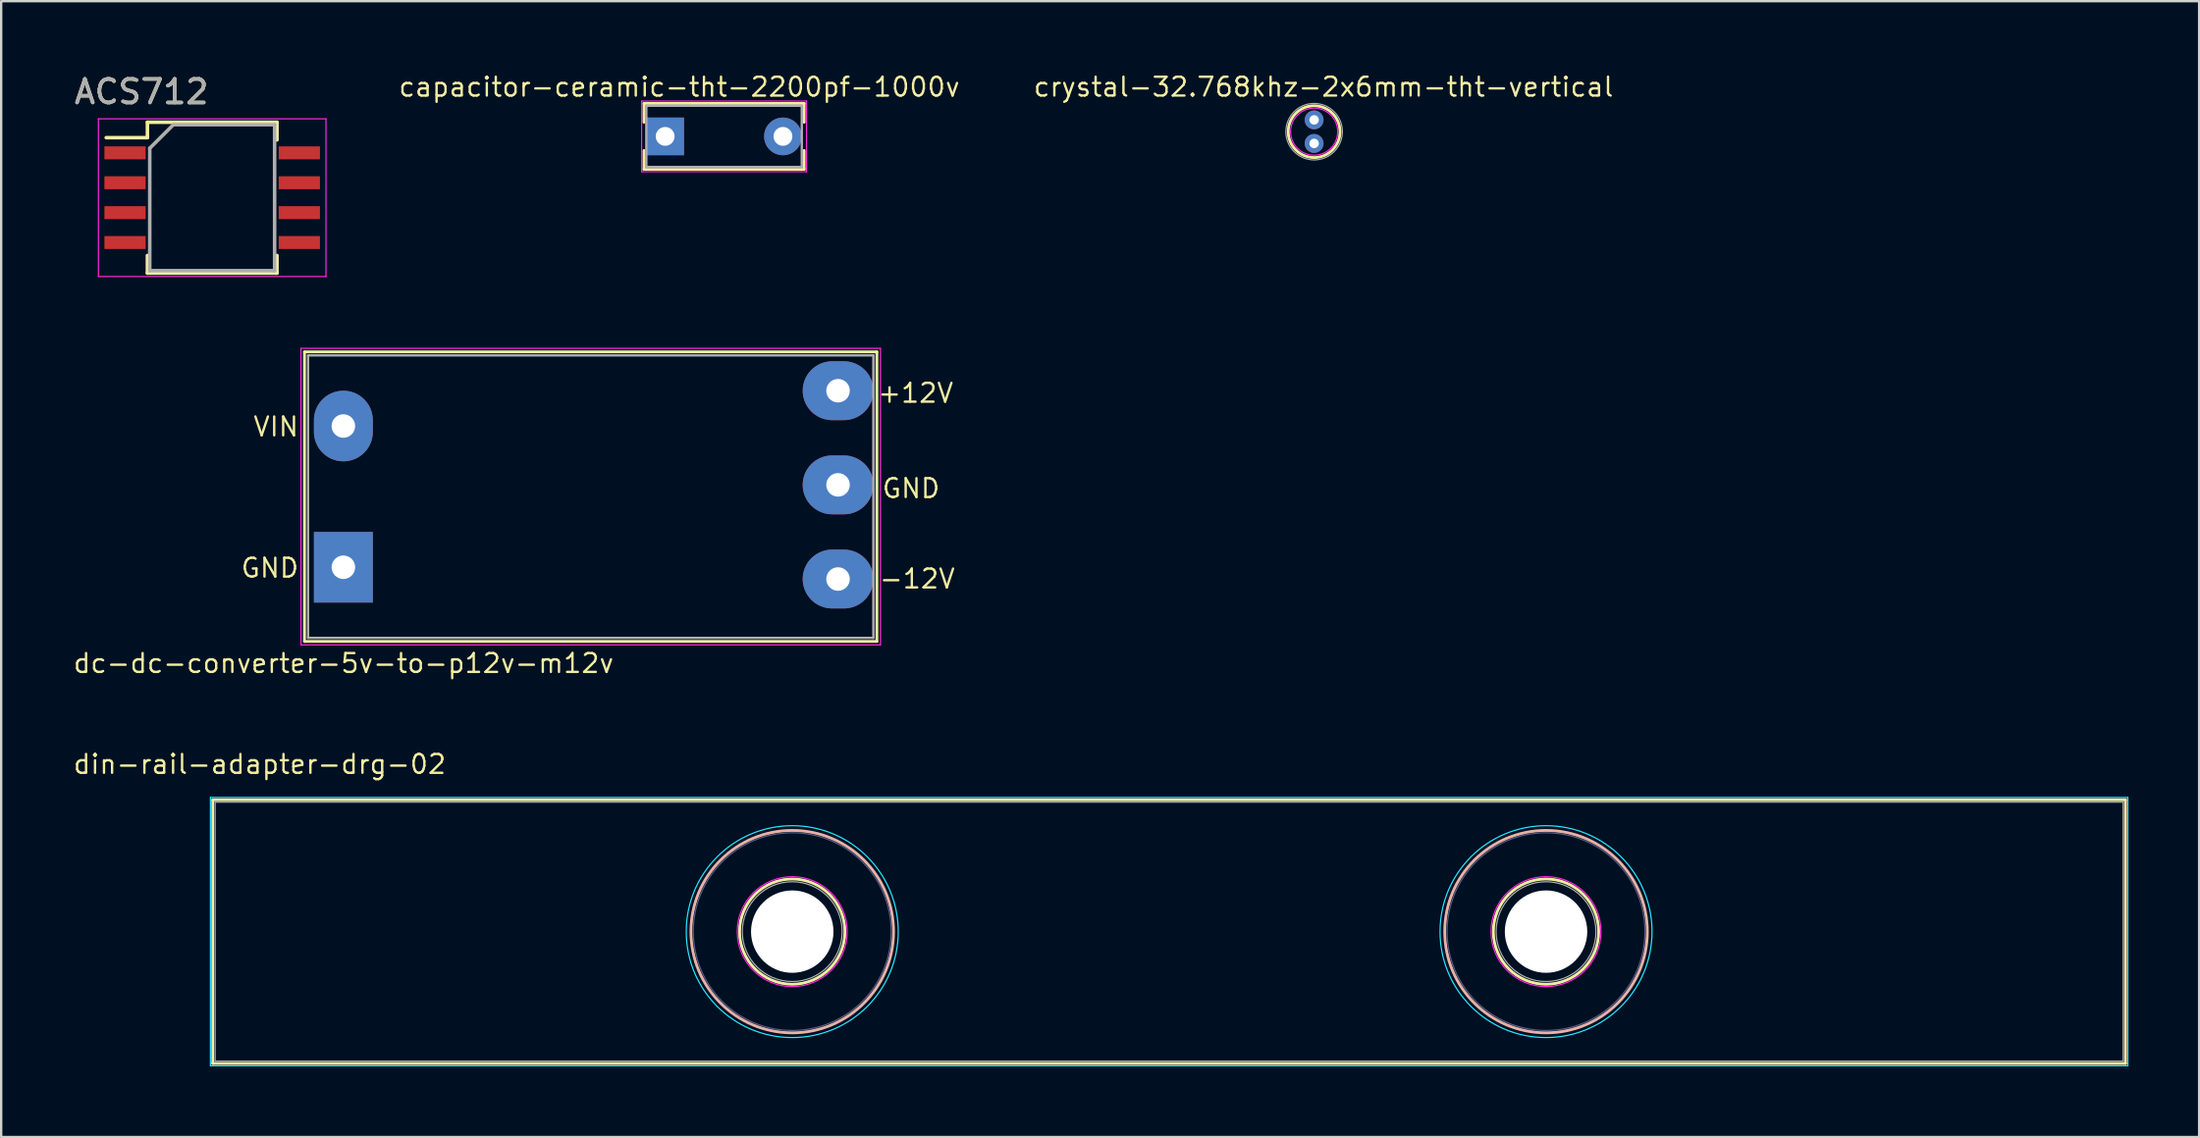
<source format=kicad_pcb>
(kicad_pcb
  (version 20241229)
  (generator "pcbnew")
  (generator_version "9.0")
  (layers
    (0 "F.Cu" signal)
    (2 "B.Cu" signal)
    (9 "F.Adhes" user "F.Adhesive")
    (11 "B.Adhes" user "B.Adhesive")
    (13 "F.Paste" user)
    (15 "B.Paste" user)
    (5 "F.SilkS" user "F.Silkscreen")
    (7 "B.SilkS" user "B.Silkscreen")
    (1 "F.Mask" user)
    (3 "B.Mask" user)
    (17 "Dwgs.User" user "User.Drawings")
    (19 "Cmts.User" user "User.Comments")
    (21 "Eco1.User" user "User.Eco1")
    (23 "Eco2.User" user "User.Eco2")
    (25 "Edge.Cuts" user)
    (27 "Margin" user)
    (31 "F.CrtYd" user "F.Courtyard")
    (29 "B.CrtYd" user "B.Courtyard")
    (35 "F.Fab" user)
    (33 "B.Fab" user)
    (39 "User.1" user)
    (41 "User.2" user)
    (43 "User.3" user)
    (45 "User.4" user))
  (footprint "ACS712"
    (layer "F.Cu")
    (at 5.958 5.348)
    (property "Reference" "ACS712" (at -3 -4.5 180) (layer "F.SilkS") (effects (font (size 1 1) (thickness 0.15))))
    (attr smd)
    (fp_line (start -2.75 -3.205) (end -2.75 -2.55) (stroke (width 0.15) (type solid)) (layer "F.SilkS"))
    (fp_line (start -2.75 -3.205) (end 2.75 -3.205) (stroke (width 0.15) (type solid)) (layer "F.SilkS"))
    (fp_line (start -2.75 -2.55) (end -4.5 -2.55) (stroke (width 0.15) (type solid)) (layer "F.SilkS"))
    (fp_line (start -2.75 3.205) (end -2.75 2.455) (stroke (width 0.15) (type solid)) (layer "F.SilkS"))
    (fp_line (start -2.75 3.205) (end 2.75 3.205) (stroke (width 0.15) (type solid)) (layer "F.SilkS"))
    (fp_line (start 2.75 -3.205) (end 2.75 -2.455) (stroke (width 0.15) (type solid)) (layer "F.SilkS"))
    (fp_line (start 2.75 3.205) (end 2.75 2.455) (stroke (width 0.15) (type solid)) (layer "F.SilkS"))
    (fp_line (start -4.83 -3.35) (end -4.83 3.35) (stroke (width 0.05) (type solid)) (layer "F.CrtYd"))
    (fp_line (start -4.83 -3.35) (end 4.83 -3.35) (stroke (width 0.05) (type solid)) (layer "F.CrtYd"))
    (fp_line (start -4.83 3.35) (end 4.83 3.35) (stroke (width 0.05) (type solid)) (layer "F.CrtYd"))
    (fp_line (start 4.83 -3.35) (end 4.83 3.35) (stroke (width 0.05) (type solid)) (layer "F.CrtYd"))
    (fp_line (start -2.65 -2.1) (end -1.65 -3.1) (stroke (width 0.15) (type solid)) (layer "F.Fab"))
    (fp_line (start -2.65 3.1) (end -2.65 -2.1) (stroke (width 0.15) (type solid)) (layer "F.Fab"))
    (fp_line (start -1.65 -3.1) (end 2.65 -3.1) (stroke (width 0.15) (type solid)) (layer "F.Fab"))
    (fp_line (start 2.65 -3.1) (end 2.65 3.1) (stroke (width 0.15) (type solid)) (layer "F.Fab"))
    (fp_line (start 2.65 3.1) (end -2.65 3.1) (stroke (width 0.15) (type solid)) (layer "F.Fab"))
    (fp_text user "${REFERENCE}" (at -3 -4.5 180) (layer "F.Fab") (effects (font (size 1 1) (thickness 0.15))))
    (pad "1" smd rect (at -3.7 -1.905) (size 1.75 0.55) (layers "F.Cu" "F.Mask" "F.Paste"))
    (pad "2" smd rect (at -3.7 -0.635) (size 1.75 0.55) (layers "F.Cu" "F.Mask" "F.Paste"))
    (pad "3" smd rect (at -3.7 0.635) (size 1.75 0.55) (layers "F.Cu" "F.Mask" "F.Paste"))
    (pad "4" smd rect (at -3.7 1.905) (size 1.75 0.55) (layers "F.Cu" "F.Mask" "F.Paste"))
    (pad "5" smd rect (at 3.7 1.905) (size 1.75 0.55) (layers "F.Cu" "F.Mask" "F.Paste"))
    (pad "6" smd rect (at 3.7 0.635) (size 1.75 0.55) (layers "F.Cu" "F.Mask" "F.Paste"))
    (pad "7" smd rect (at 3.7 -0.635) (size 1.75 0.55) (layers "F.Cu" "F.Mask" "F.Paste"))
    (pad "8" smd rect (at 3.7 -1.905) (size 1.75 0.55) (layers "F.Cu" "F.Mask" "F.Paste")))
  (footprint "capacitor-ceramic-tht-2200pf-1000v"
    (layer "F.Cu")
    (at 25.188 2.744)
    (property "Reference" "capacitor-ceramic-tht-2200pf-1000v" (at 0.6 -2.1 0) (layer "F.SilkS") (effects (font (size 0.8 0.8) (thickness 0.1))))
    (attr through_hole)
    (fp_line (start -0.9 -1.4) (end -0.9 -0.6) (stroke (width 0.12) (type solid)) (layer "F.SilkS"))
    (fp_line (start -0.9 -1.4) (end 5.9 -1.4) (stroke (width 0.12) (type solid)) (layer "F.SilkS"))
    (fp_line (start -0.9 0.6) (end -0.9 1.4) (stroke (width 0.12) (type solid)) (layer "F.SilkS"))
    (fp_line (start -0.9 1.4) (end 5.9 1.4) (stroke (width 0.12) (type solid)) (layer "F.SilkS"))
    (fp_line (start 5.9 -1.4) (end 5.9 -0.6) (stroke (width 0.12) (type solid)) (layer "F.SilkS"))
    (fp_line (start 5.9 0.6) (end 5.9 1.4) (stroke (width 0.12) (type solid)) (layer "F.SilkS"))
    (fp_line (start -1 -1.5) (end -1 1.5) (stroke (width 0.05) (type solid)) (layer "F.CrtYd"))
    (fp_line (start -1 1.5) (end 6 1.5) (stroke (width 0.05) (type solid)) (layer "F.CrtYd"))
    (fp_line (start 6 -1.5) (end -1 -1.5) (stroke (width 0.05) (type solid)) (layer "F.CrtYd"))
    (fp_line (start 6 1.5) (end 6 -1.5) (stroke (width 0.05) (type solid)) (layer "F.CrtYd"))
    (fp_line (start -0.8 -1.3) (end -0.8 1.3) (stroke (width 0.1) (type solid)) (layer "F.Fab"))
    (fp_line (start -0.8 1.3) (end 5.8 1.3) (stroke (width 0.1) (type solid)) (layer "F.Fab"))
    (fp_line (start 5.8 -1.3) (end -0.8 -1.3) (stroke (width 0.1) (type solid)) (layer "F.Fab"))
    (fp_line (start 5.8 1.3) (end 5.8 -1.3) (stroke (width 0.1) (type solid)) (layer "F.Fab"))
    (pad "1" thru_hole rect (at 0 0) (size 1.6 1.6) (drill 0.8) (layers "*.Cu" "*.Mask"))
    (pad "2" thru_hole circle (at 5 0) (size 1.6 1.6) (drill 0.8) (layers "*.Cu" "*.Mask")))
  (footprint "crystal-32.768khz-2x6mm-tht-vertical"
    (layer "F.Cu")
    (at 52.738 2.543)
    (property "Reference" "crystal-32.768khz-2x6mm-tht-vertical" (at 0.4 -1.9 0) (layer "F.SilkS") (effects (font (size 0.8 0.8) (thickness 0.1))))
    (attr through_hole)
    (fp_circle (center 0 0) (end 1.1 0) (stroke (width 0.12) (type solid)) (fill no) (layer "F.SilkS"))
    (fp_circle (center 0 0) (end 1 0) (stroke (width 0.05) (type solid)) (fill no) (layer "F.CrtYd"))
    (fp_circle (center 0 0) (end 1.2 0) (stroke (width 0.05) (type solid)) (fill no) (layer "F.Fab"))
    (pad "1" thru_hole circle (at 0 -0.5 90) (size 0.8 0.8) (drill 0.4) (layers "*.Cu" "*.Mask"))
    (pad "2" thru_hole circle (at 0 0.5) (size 0.8 0.8) (drill 0.4) (layers "*.Cu" "*.Mask")))
  (footprint "din-rail-adapter-drg-02"
    (layer "F.Cu")
    (at 46.583 36.527)
    (property "Reference" "din-rail-adapter-drg-02" (at -38.608 -7.112 0) (layer "F.SilkS") (effects (font (size 0.8 0.8) (thickness 0.1))))
    (attr through_hole)
    (fp_line (start -40.6 -5.6) (end 40.6 -5.6) (stroke (width 0.12) (type solid)) (layer "F.SilkS"))
    (fp_line (start -40.6 5.6) (end -40.6 -5.6) (stroke (width 0.12) (type solid)) (layer "F.SilkS"))
    (fp_line (start 40.6 -5.6) (end 40.6 5.6) (stroke (width 0.12) (type solid)) (layer "F.SilkS"))
    (fp_line (start 40.6 5.6) (end -40.6 5.6) (stroke (width 0.12) (type solid)) (layer "F.SilkS"))
    (fp_circle (center -16 0) (end -13.764 0) (stroke (width 0.12) (type solid)) (fill no) (layer "F.SilkS"))
    (fp_circle (center 16 0) (end 18.236 0) (stroke (width 0.12) (type solid)) (fill no) (layer "F.SilkS"))
    (fp_circle (center -16 0) (end -11.7 0) (stroke (width 0.12) (type solid)) (fill no) (layer "B.SilkS"))
    (fp_circle (center 16 0) (end 20.3 0) (stroke (width 0.12) (type solid)) (fill no) (layer "B.SilkS"))
    (fp_line (start -40.7 -5.7) (end 40.7 -5.7) (stroke (width 0.05) (type solid)) (layer "B.CrtYd"))
    (fp_line (start -40.7 5.7) (end -40.7 -5.7) (stroke (width 0.05) (type solid)) (layer "B.CrtYd"))
    (fp_line (start 40.7 -5.7) (end 40.7 5.7) (stroke (width 0.05) (type solid)) (layer "B.CrtYd"))
    (fp_line (start 40.7 5.7) (end -40.7 5.7) (stroke (width 0.05) (type solid)) (layer "B.CrtYd"))
    (fp_circle (center -16 0) (end -11.5 0) (stroke (width 0.05) (type solid)) (fill no) (layer "B.CrtYd"))
    (fp_circle (center 16 0) (end 20.5 0) (stroke (width 0.05) (type solid)) (fill no) (layer "B.CrtYd"))
    (fp_circle (center -16 0) (end -18.3 -0.4) (stroke (width 0.05) (type solid)) (fill no) (layer "F.CrtYd"))
    (fp_circle (center 16 0) (end 13.7 -0.4) (stroke (width 0.05) (type solid)) (fill no) (layer "F.CrtYd"))
    (fp_circle (center -16 0) (end -11.8 0) (stroke (width 0.05) (type solid)) (fill no) (layer "B.Fab"))
    (fp_circle (center 16 0) (end 20.2 0) (stroke (width 0.05) (type solid)) (fill no) (layer "B.Fab"))
    (fp_line (start -40.5 -5.5) (end 40.5 -5.5) (stroke (width 0.05) (type solid)) (layer "F.Fab"))
    (fp_line (start -40.5 5.5) (end -40.5 -5.5) (stroke (width 0.05) (type solid)) (layer "F.Fab"))
    (fp_line (start 40.5 -5.5) (end 40.5 5.5) (stroke (width 0.05) (type solid)) (layer "F.Fab"))
    (fp_line (start 40.5 5.5) (end -40.5 5.5) (stroke (width 0.05) (type solid)) (layer "F.Fab"))
    (fp_circle (center -16 0) (end -18 -0.7) (stroke (width 0.05) (type solid)) (fill no) (layer "F.Fab"))
    (fp_circle (center 16 0) (end 14 -0.7) (stroke (width 0.05) (type solid)) (fill no) (layer "F.Fab"))
    (pad "" np_thru_hole circle (at -16 0) (size 3.5 3.5) (drill 3.5) (layers "*.Cu" "*.Mask"))
    (pad "" np_thru_hole circle (at 16 0) (size 3.5 3.5) (drill 3.5) (layers "*.Cu" "*.Mask")))
  (footprint "dc-dc-converter-5v-to-p12v-m12v"
    (layer "F.Cu")
    (at 11.527 18.048)
    (property "Reference" "dc-dc-converter-5v-to-p12v-m12v" (at 0.01 7.08 180) (layer "F.SilkS") (effects (font (size 0.8 0.8) (thickness 0.1))))
    (attr through_hole)
    (fp_line (start -1.65 -6.15) (end -1.65 6.15) (stroke (width 0.12) (type solid)) (layer "F.SilkS"))
    (fp_line (start -1.65 6.15) (end 22.65 6.15) (stroke (width 0.12) (type solid)) (layer "F.SilkS"))
    (fp_line (start 22.65 -6.15) (end -1.65 -6.15) (stroke (width 0.12) (type solid)) (layer "F.SilkS"))
    (fp_line (start 22.65 6.15) (end 22.65 -6.15) (stroke (width 0.12) (type solid)) (layer "F.SilkS"))
    (fp_line (start -1.8 -6.3) (end -1.8 6.3) (stroke (width 0.05) (type solid)) (layer "F.CrtYd"))
    (fp_line (start -1.8 -6.3) (end 22.8 -6.3) (stroke (width 0.05) (type solid)) (layer "F.CrtYd"))
    (fp_line (start 22.8 6.3) (end -1.8 6.3) (stroke (width 0.05) (type solid)) (layer "F.CrtYd"))
    (fp_line (start 22.8 6.3) (end 22.8 -6.3) (stroke (width 0.05) (type solid)) (layer "F.CrtYd"))
    (fp_line (start -1.5 -6) (end 22.5 -6) (stroke (width 0.1) (type solid)) (layer "F.Fab"))
    (fp_line (start -1.5 6) (end -1.5 -6) (stroke (width 0.1) (type solid)) (layer "F.Fab"))
    (fp_line (start 22.5 6) (end -1.5 6) (stroke (width 0.1) (type solid)) (layer "F.Fab"))
    (fp_line (start 22.5 6) (end 22.5 -6) (stroke (width 0.1) (type solid)) (layer "F.Fab"))
    (fp_text user "+12V" (at 24.29 -4.4 0) (layer "F.SilkS") (effects (font (size 0.8 0.8) (thickness 0.1))))
    (fp_text user "-12V" (at 24.36 3.49 0) (layer "F.SilkS") (effects (font (size 0.8 0.8) (thickness 0.1))))
    (fp_text user "VIN" (at -2.86 -2.97 0) (layer "F.SilkS") (effects (font (size 0.8 0.8) (thickness 0.1))))
    (fp_text user "GND" (at 24.1 -0.35 0) (layer "F.SilkS") (effects (font (size 0.8 0.8) (thickness 0.1))))
    (fp_text user "GND" (at -3.12 3.03 0) (layer "F.SilkS") (effects (font (size 0.8 0.8) (thickness 0.1))))
    (pad "1" thru_hole rect (at 0 3 90) (size 3 2.5) (drill 1) (layers "*.Cu" "*.Mask"))
    (pad "2" thru_hole oval (at 0 -3 90) (size 3 2.5) (drill 1) (layers "*.Cu" "*.Mask"))
    (pad "3" thru_hole oval (at 21 -4.5 90) (size 2.5 3) (drill 1) (layers "*.Cu" "*.Mask"))
    (pad "4" thru_hole oval (at 21 -0.5 90) (size 2.5 3) (drill 1) (layers "*.Cu" "*.Mask"))
    (pad "5" thru_hole oval (at 21 3.5 90) (size 2.5 3) (drill 1) (layers "*.Cu" "*.Mask")))
  (gr_rect
    (start -3 -3)
    (end 90.308 45.252)
    (stroke (width 0.1) (type default))
    (fill no)
    (layer "Edge.Cuts")))
</source>
